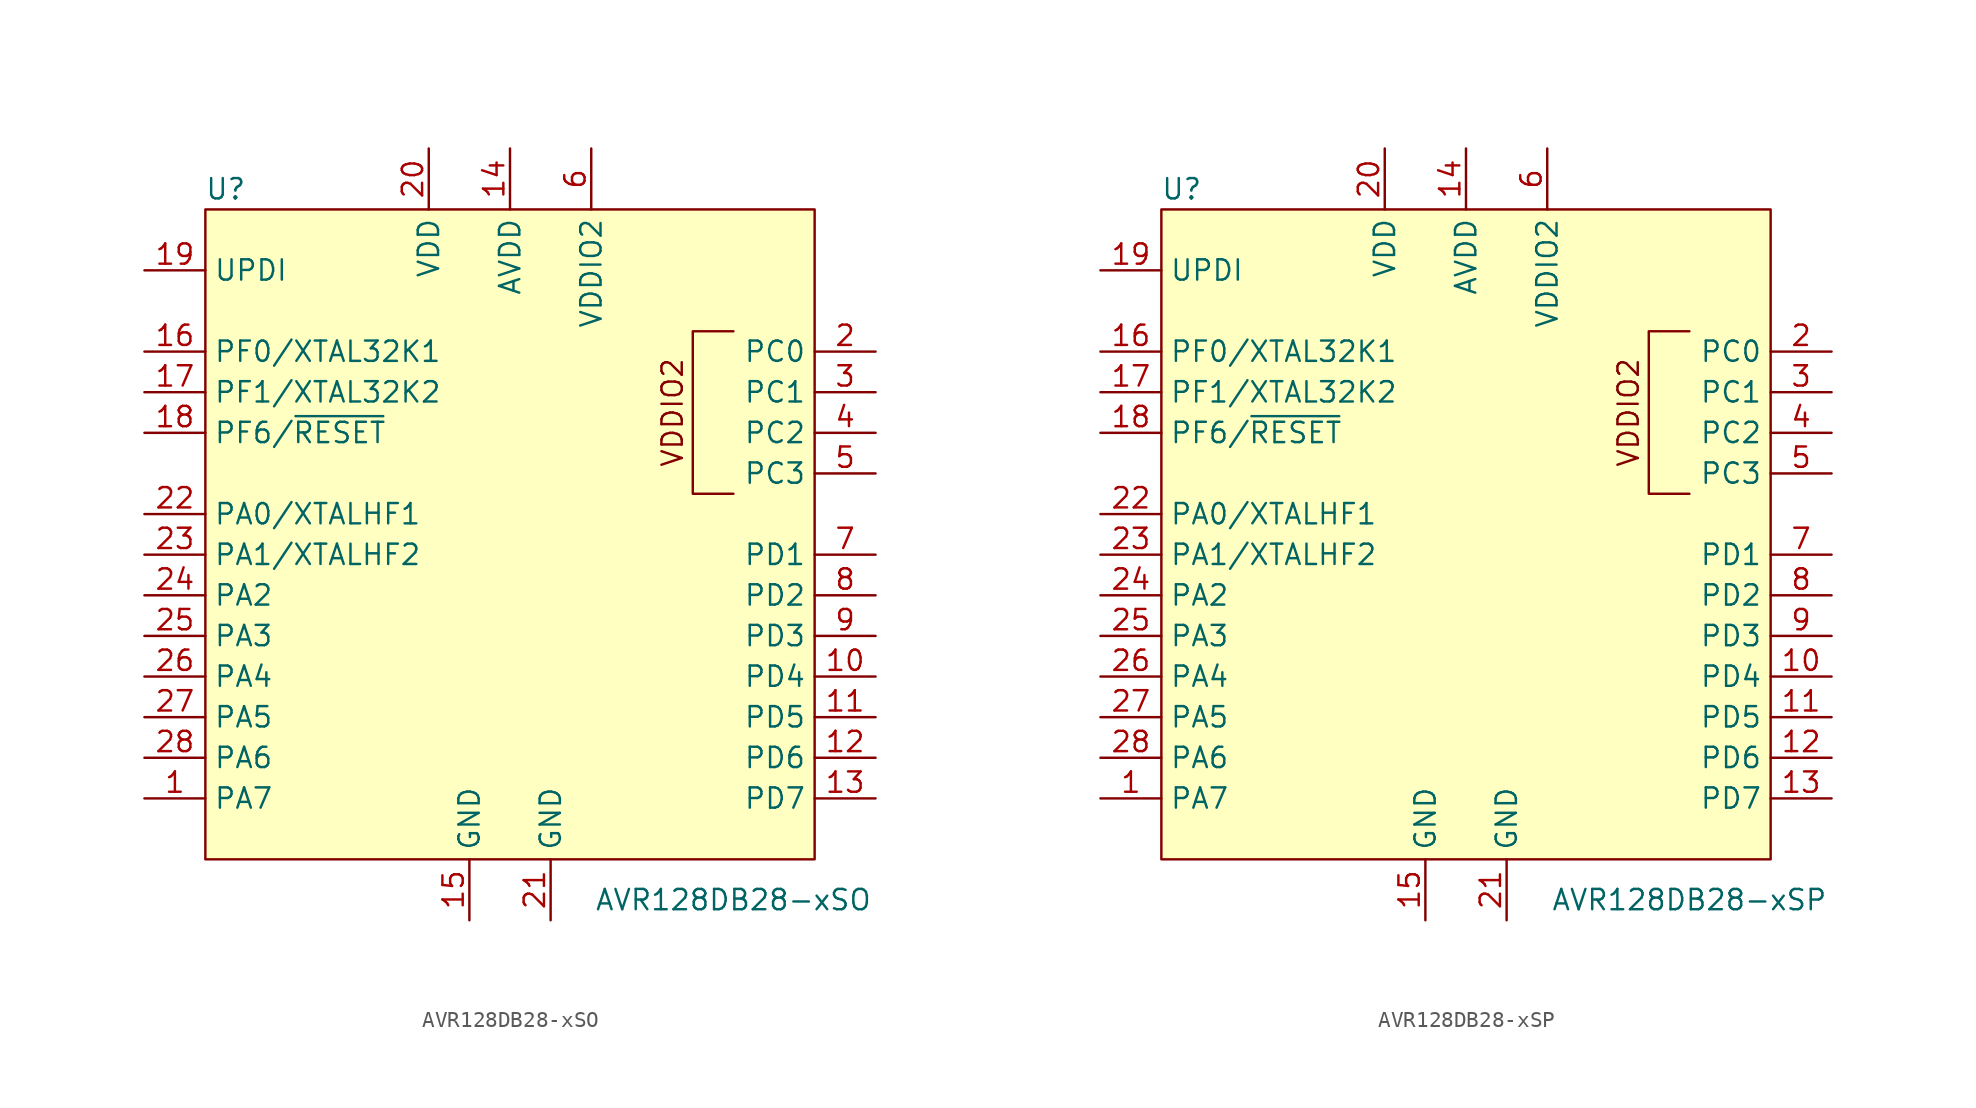
<source format=kicad_sym>
(kicad_symbol_lib
  (version 20211014)
  (generator kicad_symbol_editor)
  (symbol "AVR128DB28-xSO"
    (property "Reference" "U"
      (at -17.78 20.32 0)
      (effects (font (size 1.27 1.27))))
    (property "Value" "AVR128DB28-xSO"
      (at 13.97 -24.13 0)
      (effects (font (size 1.27 1.27))))
    (symbol "AVR128DB28-xSO_0_0"
      (text "VDDIO2" (at 10.16 6.35 900) (effects (font (size 1.27 1.27)))))
    (symbol "AVR128DB28-xSO_0_1"
      (rectangle (start -19.05 19.05) (end 19.05 -21.59) (stroke (width 0) (type default) (color 0 0 0 0)) (fill (type background)))
      (polyline (pts (xy 13.97 11.43) (xy 11.43 11.43) (xy 11.43 1.27) (xy 13.97 1.27)) (stroke (width 0) (type default) (color 0 0 0 0)) (fill (type none))))
    (symbol "AVR128DB28-xSO_1_1"
      (pin bidirectional line (at -22.86 -17.78 0) (length 3.81) (name "PA7" (effects (font (size 1.27 1.27)))) (number "1" (effects (font (size 1.27 1.27)))))
      (pin bidirectional line (at 22.86 -10.16 180) (length 3.81) (name "PD4" (effects (font (size 1.27 1.27)))) (number "10" (effects (font (size 1.27 1.27)))))
      (pin bidirectional line (at 22.86 -12.7 180) (length 3.81) (name "PD5" (effects (font (size 1.27 1.27)))) (number "11" (effects (font (size 1.27 1.27)))))
      (pin bidirectional line (at 22.86 -15.24 180) (length 3.81) (name "PD6" (effects (font (size 1.27 1.27)))) (number "12" (effects (font (size 1.27 1.27)))))
      (pin bidirectional line (at 22.86 -17.78 180) (length 3.81) (name "PD7" (effects (font (size 1.27 1.27)))) (number "13" (effects (font (size 1.27 1.27)))))
      (pin power_in line (at 0 22.86 270) (length 3.81) (name "AVDD" (effects (font (size 1.27 1.27)))) (number "14" (effects (font (size 1.27 1.27)))))
      (pin power_in line (at -2.54 -25.4 90) (length 3.81) (name "GND" (effects (font (size 1.27 1.27)))) (number "15" (effects (font (size 1.27 1.27)))))
      (pin bidirectional line (at -22.86 10.16 0) (length 3.81) (name "PF0/XTAL32K1" (effects (font (size 1.27 1.27)))) (number "16" (effects (font (size 1.27 1.27)))))
      (pin bidirectional line (at -22.86 7.62 0) (length 3.81) (name "PF1/XTAL32K2" (effects (font (size 1.27 1.27)))) (number "17" (effects (font (size 1.27 1.27)))))
      (pin input line (at -22.86 5.08 0) (length 3.81) (name "PF6/~{RESET}" (effects (font (size 1.27 1.27)))) (number "18" (effects (font (size 1.27 1.27)))))
      (pin bidirectional line (at -22.86 15.24 0) (length 3.81) (name "UPDI" (effects (font (size 1.27 1.27)))) (number "19" (effects (font (size 1.27 1.27)))))
      (pin bidirectional line (at 22.86 10.16 180) (length 3.81) (name "PC0" (effects (font (size 1.27 1.27)))) (number "2" (effects (font (size 1.27 1.27)))))
      (pin power_in line (at -5.08 22.86 270) (length 3.81) (name "VDD" (effects (font (size 1.27 1.27)))) (number "20" (effects (font (size 1.27 1.27)))))
      (pin power_in line (at 2.54 -25.4 90) (length 3.81) (name "GND" (effects (font (size 1.27 1.27)))) (number "21" (effects (font (size 1.27 1.27)))))
      (pin bidirectional line (at -22.86 0 0) (length 3.81) (name "PA0/XTALHF1" (effects (font (size 1.27 1.27)))) (number "22" (effects (font (size 1.27 1.27)))))
      (pin bidirectional line (at -22.86 -2.54 0) (length 3.81) (name "PA1/XTALHF2" (effects (font (size 1.27 1.27)))) (number "23" (effects (font (size 1.27 1.27)))))
      (pin bidirectional line (at -22.86 -5.08 0) (length 3.81) (name "PA2" (effects (font (size 1.27 1.27)))) (number "24" (effects (font (size 1.27 1.27)))))
      (pin bidirectional line (at -22.86 -7.62 0) (length 3.81) (name "PA3" (effects (font (size 1.27 1.27)))) (number "25" (effects (font (size 1.27 1.27)))))
      (pin bidirectional line (at -22.86 -10.16 0) (length 3.81) (name "PA4" (effects (font (size 1.27 1.27)))) (number "26" (effects (font (size 1.27 1.27)))))
      (pin bidirectional line (at -22.86 -12.7 0) (length 3.81) (name "PA5" (effects (font (size 1.27 1.27)))) (number "27" (effects (font (size 1.27 1.27)))))
      (pin bidirectional line (at -22.86 -15.24 0) (length 3.81) (name "PA6" (effects (font (size 1.27 1.27)))) (number "28" (effects (font (size 1.27 1.27)))))
      (pin bidirectional line (at 22.86 7.62 180) (length 3.81) (name "PC1" (effects (font (size 1.27 1.27)))) (number "3" (effects (font (size 1.27 1.27)))))
      (pin bidirectional line (at 22.86 5.08 180) (length 3.81) (name "PC2" (effects (font (size 1.27 1.27)))) (number "4" (effects (font (size 1.27 1.27)))))
      (pin bidirectional line (at 22.86 2.54 180) (length 3.81) (name "PC3" (effects (font (size 1.27 1.27)))) (number "5" (effects (font (size 1.27 1.27)))))
      (pin power_in line (at 5.08 22.86 270) (length 3.81) (name "VDDIO2" (effects (font (size 1.27 1.27)))) (number "6" (effects (font (size 1.27 1.27)))))
      (pin bidirectional line (at 22.86 -2.54 180) (length 3.81) (name "PD1" (effects (font (size 1.27 1.27)))) (number "7" (effects (font (size 1.27 1.27)))))
      (pin bidirectional line (at 22.86 -5.08 180) (length 3.81) (name "PD2" (effects (font (size 1.27 1.27)))) (number "8" (effects (font (size 1.27 1.27)))))
      (pin bidirectional line (at 22.86 -7.62 180) (length 3.81) (name "PD3" (effects (font (size 1.27 1.27)))) (number "9" (effects (font (size 1.27 1.27)))))))
  (symbol "AVR128DB28-xSP"
    (property "Reference" "U"
      (at -17.78 20.32 0)
      (effects (font (size 1.27 1.27))))
    (property "Value" "AVR128DB28-xSP"
      (at 13.97 -24.13 0)
      (effects (font (size 1.27 1.27))))
    (symbol "AVR128DB28-xSP_0_0"
      (text "VDDIO2" (at 10.16 6.35 900) (effects (font (size 1.27 1.27)))))
    (symbol "AVR128DB28-xSP_0_1"
      (rectangle (start -19.05 19.05) (end 19.05 -21.59) (stroke (width 0) (type default) (color 0 0 0 0)) (fill (type background)))
      (polyline (pts (xy 13.97 11.43) (xy 11.43 11.43) (xy 11.43 1.27) (xy 13.97 1.27)) (stroke (width 0) (type default) (color 0 0 0 0)) (fill (type none))))
    (symbol "AVR128DB28-xSP_1_1"
      (pin bidirectional line (at -22.86 -17.78 0) (length 3.81) (name "PA7" (effects (font (size 1.27 1.27)))) (number "1" (effects (font (size 1.27 1.27)))))
      (pin bidirectional line (at 22.86 -10.16 180) (length 3.81) (name "PD4" (effects (font (size 1.27 1.27)))) (number "10" (effects (font (size 1.27 1.27)))))
      (pin bidirectional line (at 22.86 -12.7 180) (length 3.81) (name "PD5" (effects (font (size 1.27 1.27)))) (number "11" (effects (font (size 1.27 1.27)))))
      (pin bidirectional line (at 22.86 -15.24 180) (length 3.81) (name "PD6" (effects (font (size 1.27 1.27)))) (number "12" (effects (font (size 1.27 1.27)))))
      (pin bidirectional line (at 22.86 -17.78 180) (length 3.81) (name "PD7" (effects (font (size 1.27 1.27)))) (number "13" (effects (font (size 1.27 1.27)))))
      (pin power_in line (at 0 22.86 270) (length 3.81) (name "AVDD" (effects (font (size 1.27 1.27)))) (number "14" (effects (font (size 1.27 1.27)))))
      (pin power_in line (at -2.54 -25.4 90) (length 3.81) (name "GND" (effects (font (size 1.27 1.27)))) (number "15" (effects (font (size 1.27 1.27)))))
      (pin bidirectional line (at -22.86 10.16 0) (length 3.81) (name "PF0/XTAL32K1" (effects (font (size 1.27 1.27)))) (number "16" (effects (font (size 1.27 1.27)))))
      (pin bidirectional line (at -22.86 7.62 0) (length 3.81) (name "PF1/XTAL32K2" (effects (font (size 1.27 1.27)))) (number "17" (effects (font (size 1.27 1.27)))))
      (pin input line (at -22.86 5.08 0) (length 3.81) (name "PF6/~{RESET}" (effects (font (size 1.27 1.27)))) (number "18" (effects (font (size 1.27 1.27)))))
      (pin bidirectional line (at -22.86 15.24 0) (length 3.81) (name "UPDI" (effects (font (size 1.27 1.27)))) (number "19" (effects (font (size 1.27 1.27)))))
      (pin bidirectional line (at 22.86 10.16 180) (length 3.81) (name "PC0" (effects (font (size 1.27 1.27)))) (number "2" (effects (font (size 1.27 1.27)))))
      (pin power_in line (at -5.08 22.86 270) (length 3.81) (name "VDD" (effects (font (size 1.27 1.27)))) (number "20" (effects (font (size 1.27 1.27)))))
      (pin power_in line (at 2.54 -25.4 90) (length 3.81) (name "GND" (effects (font (size 1.27 1.27)))) (number "21" (effects (font (size 1.27 1.27)))))
      (pin bidirectional line (at -22.86 0 0) (length 3.81) (name "PA0/XTALHF1" (effects (font (size 1.27 1.27)))) (number "22" (effects (font (size 1.27 1.27)))))
      (pin bidirectional line (at -22.86 -2.54 0) (length 3.81) (name "PA1/XTALHF2" (effects (font (size 1.27 1.27)))) (number "23" (effects (font (size 1.27 1.27)))))
      (pin bidirectional line (at -22.86 -5.08 0) (length 3.81) (name "PA2" (effects (font (size 1.27 1.27)))) (number "24" (effects (font (size 1.27 1.27)))))
      (pin bidirectional line (at -22.86 -7.62 0) (length 3.81) (name "PA3" (effects (font (size 1.27 1.27)))) (number "25" (effects (font (size 1.27 1.27)))))
      (pin bidirectional line (at -22.86 -10.16 0) (length 3.81) (name "PA4" (effects (font (size 1.27 1.27)))) (number "26" (effects (font (size 1.27 1.27)))))
      (pin bidirectional line (at -22.86 -12.7 0) (length 3.81) (name "PA5" (effects (font (size 1.27 1.27)))) (number "27" (effects (font (size 1.27 1.27)))))
      (pin bidirectional line (at -22.86 -15.24 0) (length 3.81) (name "PA6" (effects (font (size 1.27 1.27)))) (number "28" (effects (font (size 1.27 1.27)))))
      (pin bidirectional line (at 22.86 7.62 180) (length 3.81) (name "PC1" (effects (font (size 1.27 1.27)))) (number "3" (effects (font (size 1.27 1.27)))))
      (pin bidirectional line (at 22.86 5.08 180) (length 3.81) (name "PC2" (effects (font (size 1.27 1.27)))) (number "4" (effects (font (size 1.27 1.27)))))
      (pin bidirectional line (at 22.86 2.54 180) (length 3.81) (name "PC3" (effects (font (size 1.27 1.27)))) (number "5" (effects (font (size 1.27 1.27)))))
      (pin power_in line (at 5.08 22.86 270) (length 3.81) (name "VDDIO2" (effects (font (size 1.27 1.27)))) (number "6" (effects (font (size 1.27 1.27)))))
      (pin bidirectional line (at 22.86 -2.54 180) (length 3.81) (name "PD1" (effects (font (size 1.27 1.27)))) (number "7" (effects (font (size 1.27 1.27)))))
      (pin bidirectional line (at 22.86 -5.08 180) (length 3.81) (name "PD2" (effects (font (size 1.27 1.27)))) (number "8" (effects (font (size 1.27 1.27)))))
      (pin bidirectional line (at 22.86 -7.62 180) (length 3.81) (name "PD3" (effects (font (size 1.27 1.27)))) (number "9" (effects (font (size 1.27 1.27))))))))
</source>
